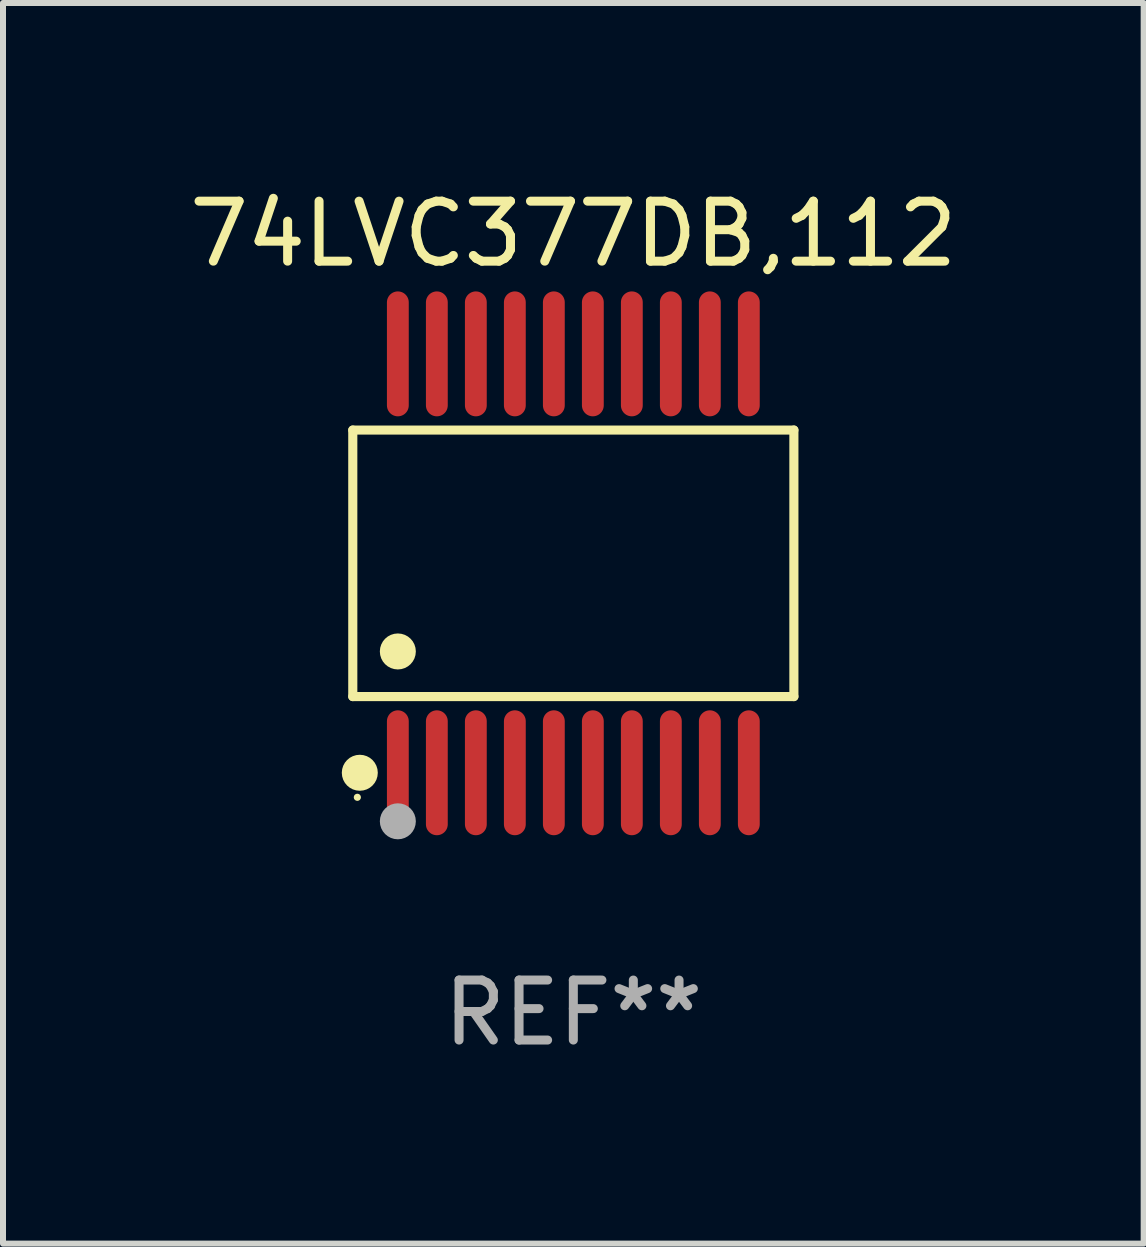
<source format=kicad_pcb>
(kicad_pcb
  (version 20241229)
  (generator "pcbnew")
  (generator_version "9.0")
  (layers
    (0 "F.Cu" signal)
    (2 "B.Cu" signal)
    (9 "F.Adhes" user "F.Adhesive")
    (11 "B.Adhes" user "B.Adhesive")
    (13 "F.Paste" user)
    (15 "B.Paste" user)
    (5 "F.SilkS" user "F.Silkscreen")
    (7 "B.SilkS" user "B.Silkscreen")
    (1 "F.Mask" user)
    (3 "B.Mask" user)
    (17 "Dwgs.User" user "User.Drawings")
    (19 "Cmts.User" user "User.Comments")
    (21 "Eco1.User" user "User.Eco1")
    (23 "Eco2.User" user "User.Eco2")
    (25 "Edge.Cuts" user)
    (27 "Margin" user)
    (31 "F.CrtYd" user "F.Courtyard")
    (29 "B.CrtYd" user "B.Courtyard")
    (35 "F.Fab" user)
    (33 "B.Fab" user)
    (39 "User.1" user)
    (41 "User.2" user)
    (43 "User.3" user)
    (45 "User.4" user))
  (footprint "74LVC377DB,112"
    (layer "F.Cu")
    (at 6.506 6.339)
    (property "Reference" "74LVC377DB,112" (at 0 -5.491 0) (layer "F.SilkS") (effects (font (size 1 1) (thickness 0.15))))
    (attr through_hole)
    (fp_line (start -3.676 -2.221) (end 3.676 -2.221) (stroke (width 0.152) (type solid)) (layer "F.SilkS"))
    (fp_line (start -3.676 2.221) (end -3.676 -2.221) (stroke (width 0.152) (type solid)) (layer "F.SilkS"))
    (fp_line (start 3.676 -2.221) (end 3.676 2.221) (stroke (width 0.152) (type solid)) (layer "F.SilkS"))
    (fp_line (start 3.676 2.221) (end -3.676 2.221) (stroke (width 0.152) (type solid)) (layer "F.SilkS"))
    (fp_circle (center -3.6 3.9) (end -3.57 3.9) (stroke (width 0.06) (type solid)) (fill no) (layer "F.SilkS"))
    (fp_circle (center -3.559 3.491) (end -3.409 3.491) (stroke (width 0.3) (type solid)) (fill no) (layer "F.SilkS"))
    (fp_circle (center -2.925 1.469) (end -2.775 1.469) (stroke (width 0.3) (type solid)) (fill no) (layer "F.SilkS"))
    (fp_circle (center -2.925 4.3) (end -2.775 4.3) (stroke (width 0.3) (type solid)) (fill no) (layer "F.Fab"))
    (fp_text user "REF**" (at 0 7.491 0) (layer "F.Fab") (effects (font (size 1 1) (thickness 0.15))))
    (pad "1" smd oval (at -2.925 3.491) (size 0.364 2.082) (layers "F.Cu" "F.Mask" "F.Paste"))
    (pad "2" smd oval (at -2.275 3.491) (size 0.364 2.082) (layers "F.Cu" "F.Mask" "F.Paste"))
    (pad "3" smd oval (at -1.625 3.491) (size 0.364 2.082) (layers "F.Cu" "F.Mask" "F.Paste"))
    (pad "4" smd oval (at -0.975 3.491) (size 0.364 2.082) (layers "F.Cu" "F.Mask" "F.Paste"))
    (pad "5" smd oval (at -0.325 3.491) (size 0.364 2.082) (layers "F.Cu" "F.Mask" "F.Paste"))
    (pad "6" smd oval (at 0.325 3.491) (size 0.364 2.082) (layers "F.Cu" "F.Mask" "F.Paste"))
    (pad "7" smd oval (at 0.975 3.491) (size 0.364 2.082) (layers "F.Cu" "F.Mask" "F.Paste"))
    (pad "8" smd oval (at 1.625 3.491) (size 0.364 2.082) (layers "F.Cu" "F.Mask" "F.Paste"))
    (pad "9" smd oval (at 2.275 3.491) (size 0.364 2.082) (layers "F.Cu" "F.Mask" "F.Paste"))
    (pad "10" smd oval (at 2.925 3.491) (size 0.364 2.082) (layers "F.Cu" "F.Mask" "F.Paste"))
    (pad "11" smd oval (at 2.925 -3.491) (size 0.364 2.082) (layers "F.Cu" "F.Mask" "F.Paste"))
    (pad "12" smd oval (at 2.275 -3.491) (size 0.364 2.082) (layers "F.Cu" "F.Mask" "F.Paste"))
    (pad "13" smd oval (at 1.625 -3.491) (size 0.364 2.082) (layers "F.Cu" "F.Mask" "F.Paste"))
    (pad "14" smd oval (at 0.975 -3.491) (size 0.364 2.082) (layers "F.Cu" "F.Mask" "F.Paste"))
    (pad "15" smd oval (at 0.325 -3.491) (size 0.364 2.082) (layers "F.Cu" "F.Mask" "F.Paste"))
    (pad "16" smd oval (at -0.325 -3.491) (size 0.364 2.082) (layers "F.Cu" "F.Mask" "F.Paste"))
    (pad "17" smd oval (at -0.975 -3.491) (size 0.364 2.082) (layers "F.Cu" "F.Mask" "F.Paste"))
    (pad "18" smd oval (at -1.625 -3.491) (size 0.364 2.082) (layers "F.Cu" "F.Mask" "F.Paste"))
    (pad "19" smd oval (at -2.275 -3.491) (size 0.364 2.082) (layers "F.Cu" "F.Mask" "F.Paste"))
    (pad "20" smd oval (at -2.925 -3.491) (size 0.364 2.082) (layers "F.Cu" "F.Mask" "F.Paste")))
  (gr_rect
    (start -3 -3)
    (end 16.012 17.678)
    (stroke (width 0.1) (type default))
    (fill no)
    (layer "Edge.Cuts")))
</source>
